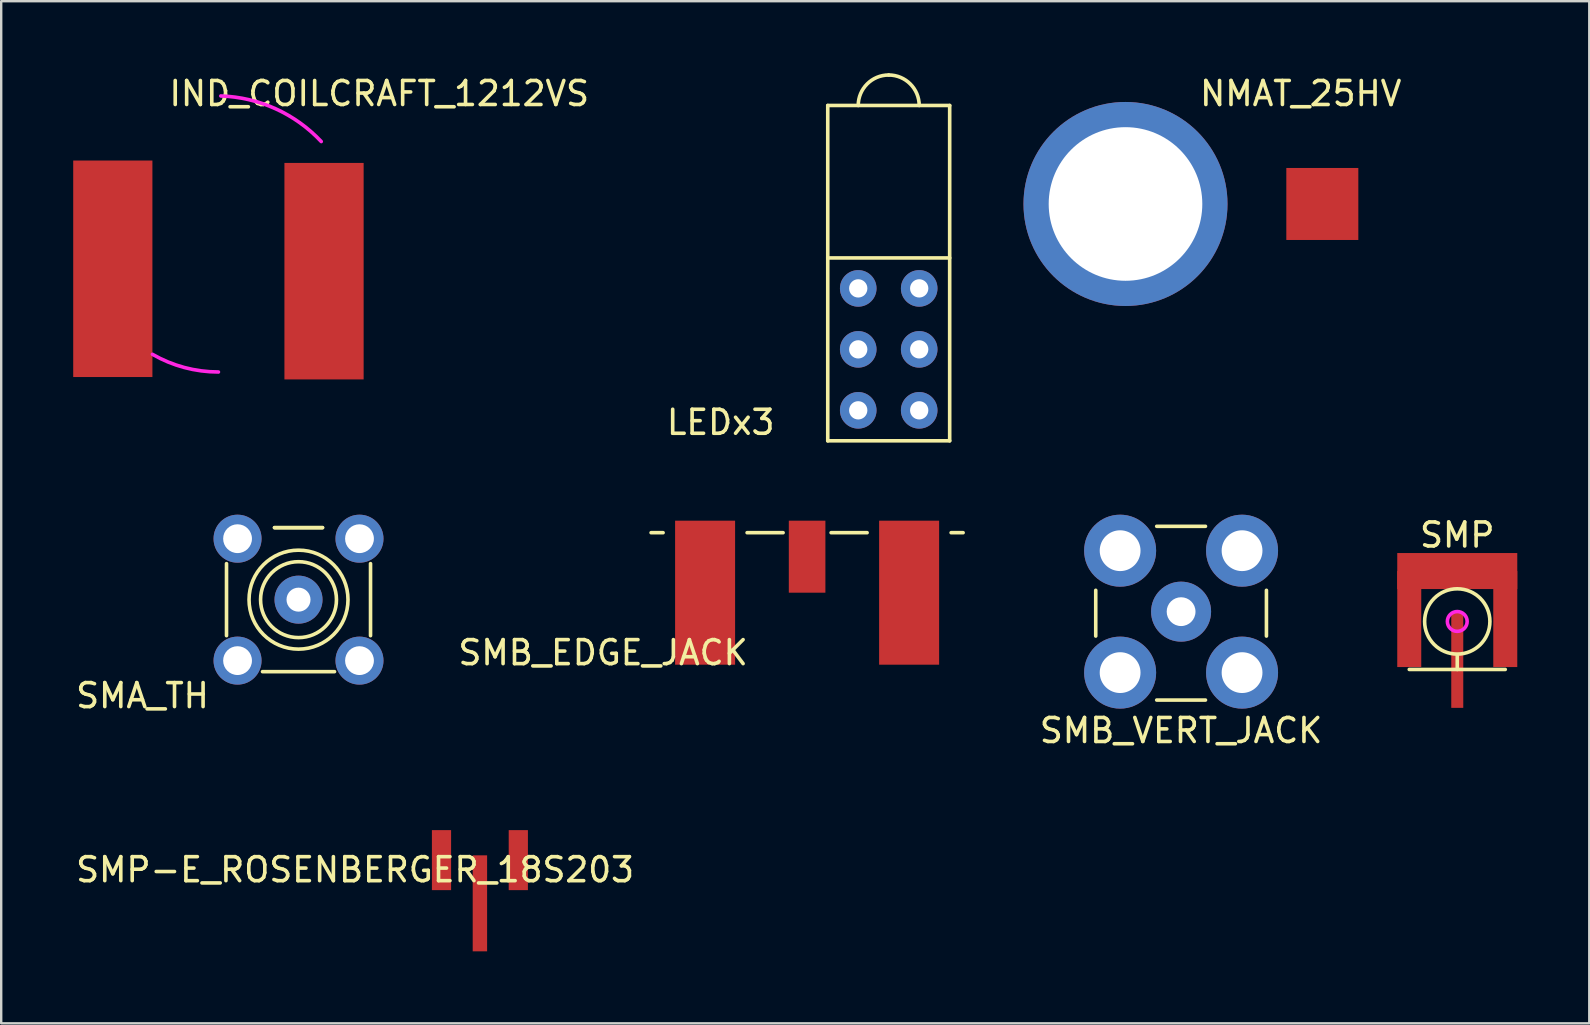
<source format=kicad_pcb>
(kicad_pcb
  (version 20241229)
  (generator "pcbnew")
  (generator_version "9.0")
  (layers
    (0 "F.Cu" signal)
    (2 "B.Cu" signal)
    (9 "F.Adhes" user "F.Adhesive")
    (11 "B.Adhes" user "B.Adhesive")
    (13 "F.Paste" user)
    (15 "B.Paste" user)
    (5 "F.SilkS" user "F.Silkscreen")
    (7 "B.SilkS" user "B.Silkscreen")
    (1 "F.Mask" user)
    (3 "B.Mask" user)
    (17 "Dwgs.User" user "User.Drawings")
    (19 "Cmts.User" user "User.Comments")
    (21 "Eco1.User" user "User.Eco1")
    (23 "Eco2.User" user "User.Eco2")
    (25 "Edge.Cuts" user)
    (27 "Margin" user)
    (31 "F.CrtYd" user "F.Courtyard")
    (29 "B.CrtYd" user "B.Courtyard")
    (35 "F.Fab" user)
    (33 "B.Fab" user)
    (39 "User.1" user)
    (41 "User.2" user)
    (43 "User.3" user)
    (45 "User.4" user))
  (footprint "NMAT_25HV"
    (layer "F.Cu")
    (at 43.841 5.348)
    (property "Reference" "NMAT_25HV" (at 7.3 -4.5 0) (layer "F.SilkS") (effects (font (size 1 1) (thickness 0.15))))
    (attr through_hole)
    (pad "1" thru_hole circle (at 0 0.1) (size 8.5 8.5) (drill 6.4) (layers "*.Cu" "*.Mask"))
    (pad "2" smd rect (at 8.2 0.1) (size 3 3) (layers "F.Cu" "F.Mask" "F.Paste")))
  (footprint "SMB_VERT_JACK"
    (layer "F.Cu")
    (at 46.157 22.433)
    (property "Reference" "SMB_VERT_JACK" (at 0 4.953 0) (layer "F.SilkS") (effects (font (size 1 1) (thickness 0.15))))
    (attr through_hole)
    (fp_line (start -3.556 -0.889) (end -3.556 1.016) (stroke (width 0.15) (type solid)) (layer "F.SilkS"))
    (fp_line (start -1.016 -3.556) (end 1.016 -3.556) (stroke (width 0.15) (type solid)) (layer "F.SilkS"))
    (fp_line (start -1.016 3.683) (end 1.016 3.683) (stroke (width 0.15) (type solid)) (layer "F.SilkS"))
    (fp_line (start 3.556 1.016) (end 3.556 -0.889) (stroke (width 0.15) (type solid)) (layer "F.SilkS"))
    (pad "1" thru_hole circle (at 0 0) (size 2.5 2.5) (drill 1.2) (layers "*.Cu" "*.Mask"))
    (pad "2" thru_hole circle (at -2.54 -2.54) (size 3 3) (drill 1.7) (layers "*.Cu" "*.Mask"))
    (pad "2" thru_hole circle (at -2.54 2.54) (size 3 3) (drill 1.7) (layers "*.Cu" "*.Mask"))
    (pad "2" thru_hole circle (at 2.54 -2.54) (size 3 3) (drill 1.7) (layers "*.Cu" "*.Mask"))
    (pad "2" thru_hole circle (at 2.54 2.54) (size 3 3) (drill 1.7) (layers "*.Cu" "*.Mask")))
  (footprint "SMP"
    (layer "F.Cu")
    (at 57.663 22.841)
    (property "Reference" "SMP" (at 0 -3.6 0) (layer "F.SilkS") (effects (font (size 1 1) (thickness 0.15))))
    (attr through_hole)
    (fp_line (start -2 2) (end 2 2) (stroke (width 0.15) (type solid)) (layer "F.SilkS"))
    (fp_line (start 0 1.4) (end 0 2) (stroke (width 0.15) (type solid)) (layer "F.SilkS"))
    (fp_circle (center 0 0) (end 1.1 0.8) (stroke (width 0.15) (type solid)) (fill no) (layer "F.SilkS"))
    (fp_circle (center 0 0) (end 0.4 0.1) (stroke (width 0.15) (type solid)) (fill no) (layer "F.CrtYd"))
    (pad "1" smd rect (at 0 1.6) (size 0.5 4) (layers "F.Cu" "F.Mask" "F.Paste"))
    (pad "2" smd rect (at -2 -0.1) (size 1 4) (layers "F.Cu" "F.Mask" "F.Paste"))
    (pad "2" smd rect (at 0 -2.1) (size 5 1.5) (layers "F.Cu" "F.Mask" "F.Paste"))
    (pad "2" smd rect (at 2 -0.1) (size 1 4) (layers "F.Cu" "F.Mask" "F.Paste")))
  (footprint "IND_COILCRAFT_1212VS"
    (layer "F.Cu")
    (at 6.05 8.148)
    (property "Reference" "IND_COILCRAFT_1212VS" (at 6.7 -7.3 0) (layer "F.SilkS") (effects (font (size 1 1) (thickness 0.15))))
    (attr through_hole)
    (fp_arc (start 0 4.3) (mid -1.423505 4.112592) (end -2.75 3.56314) (stroke (width 0.15) (type solid)) (layer "F.CrtYd"))
    (fp_arc (start 0.1 -7.2) (mid 2.380877 -6.66674) (end 4.284062 -5.301219) (stroke (width 0.15) (type solid)) (layer "F.CrtYd"))
    (pad "1" smd rect (at -4.4 0) (size 3.3 9.02) (layers "F.Cu" "F.Mask" "F.Paste"))
    (pad "2" smd rect (at 4.4 0.1) (size 3.3 9.02) (layers "F.Cu" "F.Mask" "F.Paste")))
  (footprint "SMP-E_ROSENBERGER_18S203"
    (layer "F.Cu")
    (at 16.944 31.485)
    (property "Reference" "SMP-E_ROSENBERGER_18S203" (at -5.2 1.7 0) (layer "F.SilkS") (effects (font (size 1 1) (thickness 0.15))))
    (attr through_hole)
    (pad "1" smd rect (at 0 3.1) (size 0.6 4) (layers "F.Cu" "F.Mask" "F.Paste"))
    (pad "2" smd rect (at -1.6 1.3) (size 0.8 2.5) (layers "F.Cu" "F.Mask" "F.Paste"))
    (pad "2" smd rect (at 1.6 1.3) (size 0.8 2.5) (layers "F.Cu" "F.Mask" "F.Paste")))
  (footprint "SMA_TH"
    (layer "F.Cu")
    (at 9.387 21.933)
    (property "Reference" "SMA_TH" (at -6.5 4 0) (layer "F.SilkS") (effects (font (size 1 1) (thickness 0.15))))
    (attr through_hole)
    (fp_line (start -3 1.5) (end -3 -1.5) (stroke (width 0.15) (type solid)) (layer "F.SilkS"))
    (fp_line (start -1 -3) (end 1 -3) (stroke (width 0.15) (type solid)) (layer "F.SilkS"))
    (fp_line (start 1 -3) (end -1 -3) (stroke (width 0.15) (type solid)) (layer "F.SilkS"))
    (fp_line (start 1.5 3) (end -1.5 3) (stroke (width 0.15) (type solid)) (layer "F.SilkS"))
    (fp_line (start 3 -1.5) (end 3 1.5) (stroke (width 0.15) (type solid)) (layer "F.SilkS"))
    (fp_circle (center 0 0) (end 1.5 0.5) (stroke (width 0.15) (type solid)) (fill no) (layer "F.SilkS"))
    (fp_circle (center 0 0) (end 2 0.5) (stroke (width 0.15) (type solid)) (fill no) (layer "F.SilkS"))
    (pad "1" thru_hole circle (at 0 0) (size 2 2) (drill 1) (layers "*.Cu" "*.Mask"))
    (pad "2" thru_hole circle (at -2.54 -2.54) (size 2 2) (drill 1.2) (layers "*.Cu" "*.Mask"))
    (pad "2" thru_hole circle (at -2.54 2.54) (size 2 2) (drill 1.2) (layers "*.Cu" "*.Mask"))
    (pad "2" thru_hole circle (at 2.54 -2.54) (size 2 2) (drill 1.2) (layers "*.Cu" "*.Mask"))
    (pad "2" thru_hole circle (at 2.54 2.54) (size 2 2) (drill 1.2) (layers "*.Cu" "*.Mask")))
  (footprint "LEDx3"
    (layer "F.Cu")
    (at 33.976 14.045)
    (property "Reference" "LEDx3" (at -7 0.5 0) (layer "F.SilkS") (effects (font (size 1 1) (thickness 0.15))))
    (attr through_hole)
    (fp_line (start -2.54 -12.7) (end -2.54 1.27) (stroke (width 0.15) (type solid)) (layer "F.SilkS"))
    (fp_line (start -2.54 -6.35) (end 2.54 -6.35) (stroke (width 0.15) (type solid)) (layer "F.SilkS"))
    (fp_line (start -2.54 1.27) (end 2.54 1.27) (stroke (width 0.15) (type solid)) (layer "F.SilkS"))
    (fp_line (start 2.54 -12.7) (end -2.54 -12.7) (stroke (width 0.15) (type solid)) (layer "F.SilkS"))
    (fp_line (start 2.54 1.27) (end 2.54 -12.7) (stroke (width 0.15) (type solid)) (layer "F.SilkS"))
    (fp_arc (start -1.27 -12.7) (mid -0.898026 -13.598026) (end 0 -13.97) (stroke (width 0.15) (type solid)) (layer "F.SilkS"))
    (fp_arc (start 0 -13.97) (mid 0.898026 -13.598026) (end 1.27 -12.7) (stroke (width 0.15) (type solid)) (layer "F.SilkS"))
    (pad "1" thru_hole circle (at -1.27 0) (size 1.524 1.524) (drill 0.762) (layers "*.Cu" "*.Mask"))
    (pad "2" thru_hole circle (at -1.27 -2.54) (size 1.524 1.524) (drill 0.762) (layers "*.Cu" "*.Mask"))
    (pad "3" thru_hole circle (at -1.27 -5.08) (size 1.524 1.524) (drill 0.762) (layers "*.Cu" "*.Mask"))
    (pad "4" thru_hole circle (at 1.27 -5.08) (size 1.524 1.524) (drill 0.762) (layers "*.Cu" "*.Mask"))
    (pad "5" thru_hole circle (at 1.27 -2.54) (size 1.524 1.524) (drill 0.762) (layers "*.Cu" "*.Mask"))
    (pad "6" thru_hole circle (at 1.27 0) (size 1.524 1.524) (drill 0.762) (layers "*.Cu" "*.Mask")))
  (footprint "SMB_EDGE_JACK"
    (layer "F.Cu")
    (at 30.576 18.643)
    (property "Reference" "SMB_EDGE_JACK" (at -8.5 5.5 0) (layer "F.SilkS") (effects (font (size 1 1) (thickness 0.15))))
    (attr through_hole)
    (fp_line (start -6.5 0.5) (end -6 0.5) (stroke (width 0.15) (type solid)) (layer "F.SilkS"))
    (fp_line (start -2.5 0.5) (end -1 0.5) (stroke (width 0.15) (type solid)) (layer "F.SilkS"))
    (fp_line (start 1 0.5) (end 2.5 0.5) (stroke (width 0.15) (type solid)) (layer "F.SilkS"))
    (fp_line (start 6 0.5) (end 6.5 0.5) (stroke (width 0.15) (type solid)) (layer "F.SilkS"))
    (pad "1" smd rect (at 0 0) (size 1.524 3) (drill (offset 0 1.5)) (layers "F.Cu" "F.Mask" "F.Paste"))
    (pad "2" smd rect (at -4.25 0) (size 2.5 6) (drill (offset 0 3)) (layers "*.Paste" "*.Mask" "F.Cu"))
    (pad "2" smd rect (at 4.25 0) (size 2.5 6) (drill (offset 0 3)) (layers "*.Paste" "*.Mask" "F.Cu")))
  (gr_rect
    (start -3 -3)
    (end 63.163 39.584)
    (stroke (width 0.1) (type default))
    (fill no)
    (layer "Edge.Cuts")))
</source>
